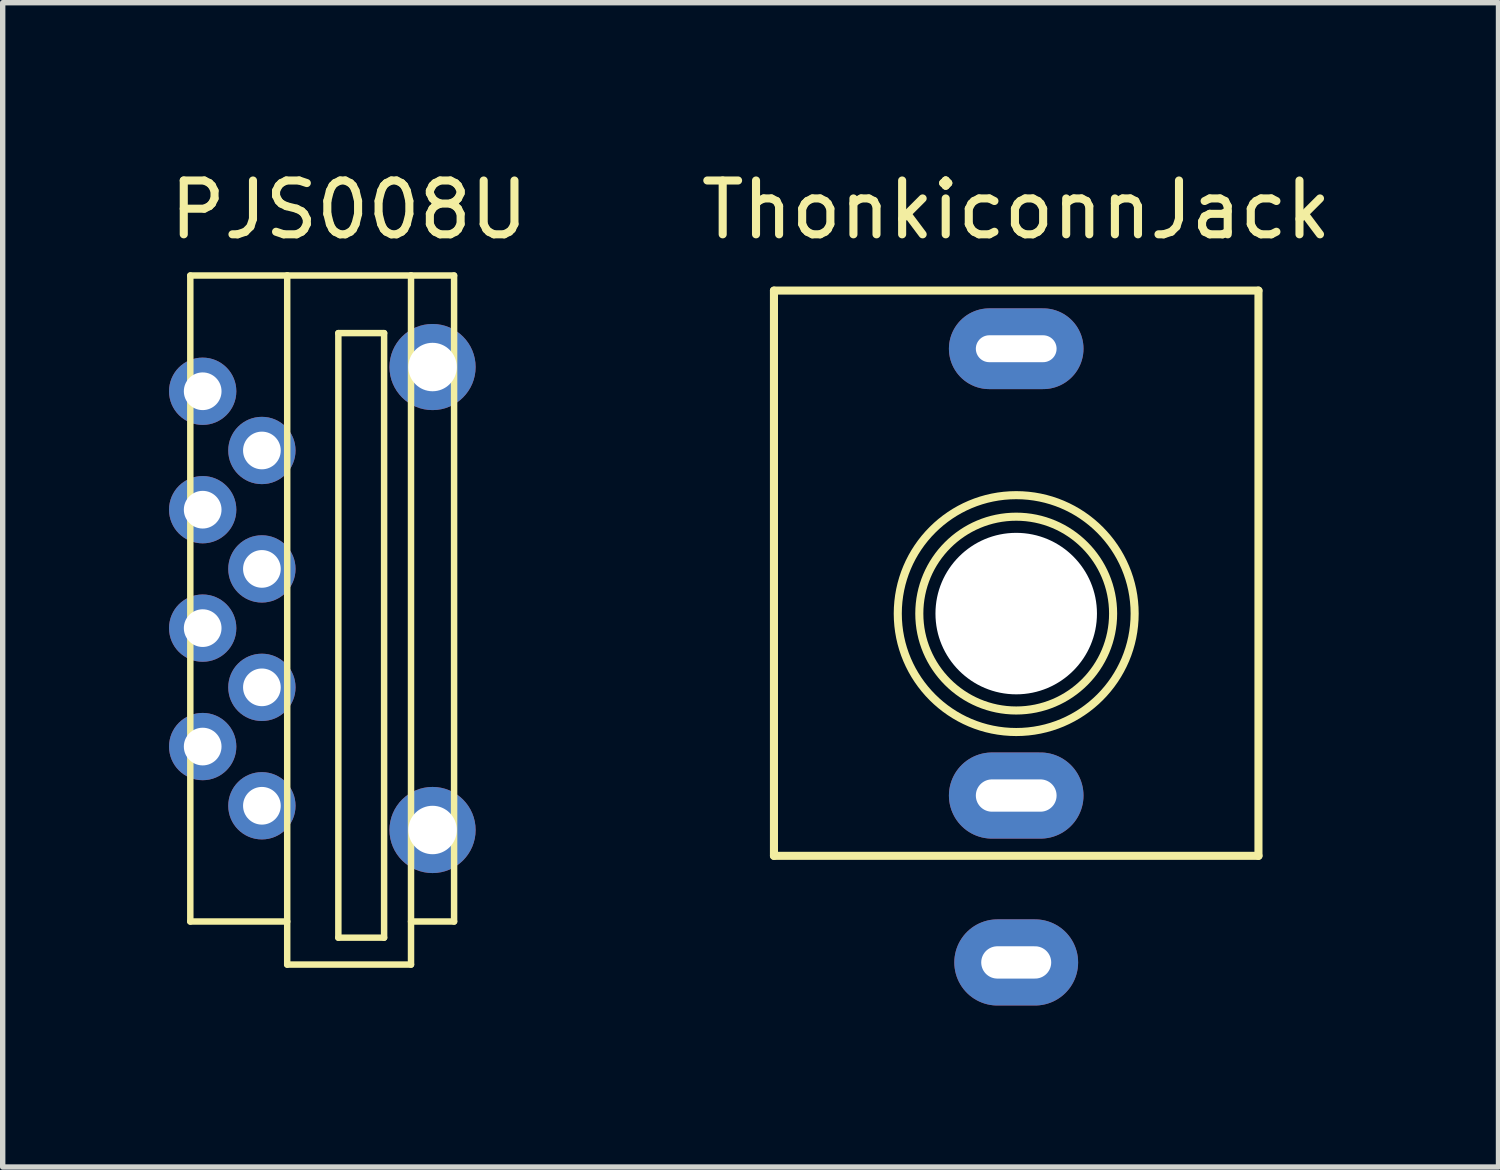
<source format=kicad_pcb>
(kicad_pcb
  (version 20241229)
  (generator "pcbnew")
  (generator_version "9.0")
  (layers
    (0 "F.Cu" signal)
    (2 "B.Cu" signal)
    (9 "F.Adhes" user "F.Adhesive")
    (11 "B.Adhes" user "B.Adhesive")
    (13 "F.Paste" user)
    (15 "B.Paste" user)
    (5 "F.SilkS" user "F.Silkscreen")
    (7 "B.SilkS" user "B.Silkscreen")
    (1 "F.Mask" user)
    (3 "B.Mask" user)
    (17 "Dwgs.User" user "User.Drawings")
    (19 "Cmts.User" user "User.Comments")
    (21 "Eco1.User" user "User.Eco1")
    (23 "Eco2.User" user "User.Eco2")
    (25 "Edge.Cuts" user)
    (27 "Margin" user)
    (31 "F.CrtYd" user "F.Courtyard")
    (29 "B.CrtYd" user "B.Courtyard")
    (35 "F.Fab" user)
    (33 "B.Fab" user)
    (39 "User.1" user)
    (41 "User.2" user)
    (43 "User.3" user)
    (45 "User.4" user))
  (footprint "ThonkiconnJack"
    (layer "F.Cu")
    (at 15.827 8.348)
    (property "Reference" "ThonkiconnJack" (at 0 -7.5 0) (layer "F.SilkS") (effects (font (size 1 1) (thickness 0.15))))
    (attr through_hole)
    (fp_line (start -4.5 -6) (end -4.5 4.5) (stroke (width 0.15) (type solid)) (layer "F.SilkS"))
    (fp_line (start -4.5 -6) (end 4.5 -6) (stroke (width 0.15) (type solid)) (layer "F.SilkS"))
    (fp_line (start -4.5 4.5) (end 4.5 4.5) (stroke (width 0.15) (type solid)) (layer "F.SilkS"))
    (fp_line (start 4.5 -6) (end 4.5 4.5) (stroke (width 0.15) (type solid)) (layer "F.SilkS"))
    (fp_circle (center 0 0) (end 1.8 0) (stroke (width 0.15) (type solid)) (fill no) (layer "F.SilkS"))
    (fp_circle (center 0 0) (end 2.2 0) (stroke (width 0.15) (type solid)) (fill no) (layer "F.SilkS"))
    (pad "" np_thru_hole circle (at 0 0) (size 3 3) (drill 3) (layers "*.Cu" "*.Mask"))
    (pad "S" thru_hole oval (at 0 6.48) (size 2.3 1.6) (drill oval 1.3 0.6) (layers "*.Cu" "*.Mask"))
    (pad "T" thru_hole oval (at 0 -4.92) (size 2.5 1.5) (drill oval 1.5 0.5) (layers "*.Cu" "*.Mask"))
    (pad "TN" thru_hole oval (at 0 3.38) (size 2.5 1.6) (drill oval 1.5 0.6) (layers "*.Cu" "*.Mask")))
  (footprint "PJS008U"
    (layer "F.Cu")
    (at 3.435 8.468)
    (property "Reference" "PJS008U" (at 0 -7.62 0) (layer "F.SilkS") (effects (font (size 1 1) (thickness 0.15))))
    (attr through_hole)
    (fp_line (start -2.95 -6.4) (end -1.15 -6.4) (stroke (width 0.12) (type solid)) (layer "F.SilkS"))
    (fp_line (start -2.95 5.6) (end -2.95 -6.4) (stroke (width 0.12) (type solid)) (layer "F.SilkS"))
    (fp_line (start -2.95 5.6) (end -1.15 5.6) (stroke (width 0.12) (type solid)) (layer "F.SilkS"))
    (fp_line (start -1.15 -6.4) (end 1.15 -6.4) (stroke (width 0.12) (type solid)) (layer "F.SilkS"))
    (fp_line (start -1.15 6.4) (end -1.15 -6.4) (stroke (width 0.12) (type solid)) (layer "F.SilkS"))
    (fp_line (start -1.15 6.4) (end 1.15 6.4) (stroke (width 0.12) (type solid)) (layer "F.SilkS"))
    (fp_line (start -0.2 -5.33) (end 0.65 -5.33) (stroke (width 0.12) (type solid)) (layer "F.SilkS"))
    (fp_line (start -0.2 5.9) (end -0.2 -5.33) (stroke (width 0.12) (type solid)) (layer "F.SilkS"))
    (fp_line (start -0.2 5.9) (end 0.65 5.9) (stroke (width 0.12) (type solid)) (layer "F.SilkS"))
    (fp_line (start 0.65 5.9) (end 0.65 -5.33) (stroke (width 0.12) (type solid)) (layer "F.SilkS"))
    (fp_line (start 1.15 6.4) (end 1.15 -6.4) (stroke (width 0.12) (type solid)) (layer "F.SilkS"))
    (fp_line (start 1.95 -6.4) (end 1.15 -6.4) (stroke (width 0.12) (type solid)) (layer "F.SilkS"))
    (fp_line (start 1.95 5.6) (end 1.15 5.6) (stroke (width 0.12) (type solid)) (layer "F.SilkS"))
    (fp_line (start 1.95 5.6) (end 1.95 -6.4) (stroke (width 0.12) (type solid)) (layer "F.SilkS"))
    (pad "1" thru_hole oval (at -1.62 3.45 90) (size 1.25 1.25) (drill oval 0.7) (layers "*.Cu" "*.Mask"))
    (pad "2" thru_hole oval (at -2.72 2.35 90) (size 1.25 1.25) (drill oval 0.7) (layers "*.Cu" "*.Mask"))
    (pad "3" thru_hole oval (at -1.62 1.25 90) (size 1.25 1.25) (drill oval 0.7) (layers "*.Cu" "*.Mask"))
    (pad "4" thru_hole oval (at -2.72 0.15 90) (size 1.25 1.25) (drill oval 0.7) (layers "*.Cu" "*.Mask"))
    (pad "5" thru_hole oval (at -1.62 -0.95 90) (size 1.25 1.25) (drill oval 0.7) (layers "*.Cu" "*.Mask"))
    (pad "6" thru_hole oval (at -2.72 -2.05 90) (size 1.25 1.25) (drill oval 0.7) (layers "*.Cu" "*.Mask"))
    (pad "7" thru_hole oval (at -1.62 -3.15 90) (size 1.25 1.25) (drill oval 0.7) (layers "*.Cu" "*.Mask"))
    (pad "8" thru_hole oval (at -2.72 -4.25 90) (size 1.25 1.25) (drill oval 0.7) (layers "*.Cu" "*.Mask"))
    (pad "9" thru_hole oval (at 1.55 -4.7 90) (size 1.6 1.6) (drill oval 0.9) (layers "*.Cu" "*.Mask"))
    (pad "9" thru_hole oval (at 1.55 3.9 90) (size 1.6 1.6) (drill oval 0.9) (layers "*.Cu" "*.Mask")))
  (gr_rect
    (start -3 -3)
    (end 24.786 18.628)
    (stroke (width 0.1) (type default))
    (fill no)
    (layer "Edge.Cuts")))
</source>
